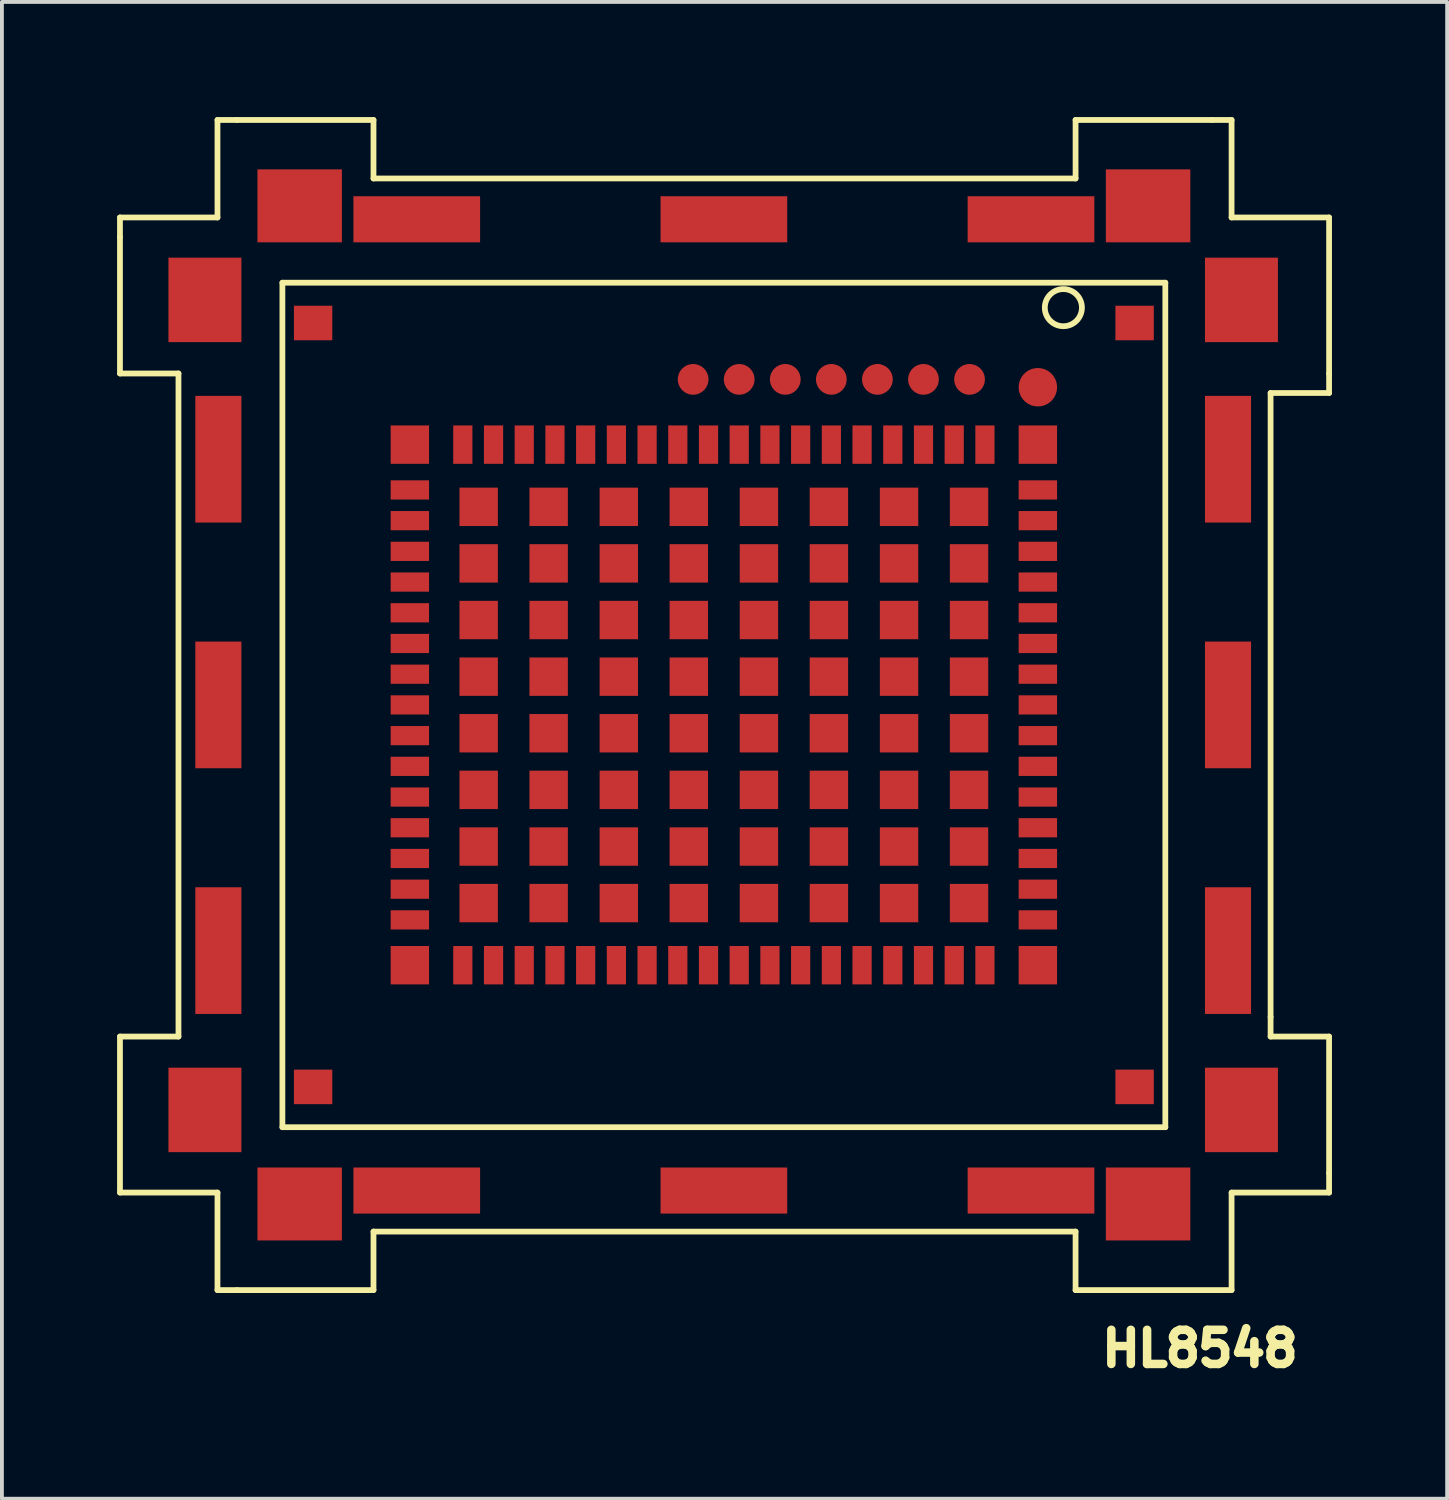
<source format=kicad_pcb>
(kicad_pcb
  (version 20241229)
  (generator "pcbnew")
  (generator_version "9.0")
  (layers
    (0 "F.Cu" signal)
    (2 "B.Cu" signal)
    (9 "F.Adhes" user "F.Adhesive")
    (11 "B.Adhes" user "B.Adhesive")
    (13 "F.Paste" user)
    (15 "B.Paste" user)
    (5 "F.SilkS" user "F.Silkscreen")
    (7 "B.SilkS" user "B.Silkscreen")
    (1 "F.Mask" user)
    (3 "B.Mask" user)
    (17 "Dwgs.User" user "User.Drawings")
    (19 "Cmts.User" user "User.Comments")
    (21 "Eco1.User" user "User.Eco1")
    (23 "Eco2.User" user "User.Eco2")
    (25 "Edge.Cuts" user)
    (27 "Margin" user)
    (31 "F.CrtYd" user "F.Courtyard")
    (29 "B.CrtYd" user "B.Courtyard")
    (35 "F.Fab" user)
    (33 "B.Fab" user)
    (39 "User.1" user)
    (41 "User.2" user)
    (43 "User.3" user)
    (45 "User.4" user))
  (footprint "HL8548"
    (layer "F.Cu")
    (at 15.823 15.315)
    (property "Reference" "HL8548" (at 12.383 16.764 0) (layer "F.SilkS") (effects (font (size 0.889 0.889) (thickness 0.305))))
    (attr through_hole)
    (fp_line (start -15.748 -12.7) (end -15.748 -12.192) (stroke (width 0.15) (type solid)) (layer "F.SilkS"))
    (fp_line (start -15.748 -8.636) (end -15.748 -12.192) (stroke (width 0.15) (type solid)) (layer "F.SilkS"))
    (fp_line (start -15.748 8.636) (end -14.224 8.636) (stroke (width 0.15) (type solid)) (layer "F.SilkS"))
    (fp_line (start -15.748 12.7) (end -15.748 8.636) (stroke (width 0.15) (type solid)) (layer "F.SilkS"))
    (fp_line (start -15.748 12.7) (end -13.208 12.7) (stroke (width 0.15) (type solid)) (layer "F.SilkS"))
    (fp_line (start -14.224 -8.636) (end -15.748 -8.636) (stroke (width 0.15) (type solid)) (layer "F.SilkS"))
    (fp_line (start -14.224 8.636) (end -14.224 -8.636) (stroke (width 0.15) (type solid)) (layer "F.SilkS"))
    (fp_line (start -13.208 -15.24) (end -13.208 -12.7) (stroke (width 0.15) (type solid)) (layer "F.SilkS"))
    (fp_line (start -13.208 -12.7) (end -15.748 -12.7) (stroke (width 0.15) (type solid)) (layer "F.SilkS"))
    (fp_line (start -13.208 12.7) (end -13.208 15.24) (stroke (width 0.15) (type solid)) (layer "F.SilkS"))
    (fp_line (start -13.208 15.24) (end -12.7 15.24) (stroke (width 0.15) (type solid)) (layer "F.SilkS"))
    (fp_line (start -12.7 -15.24) (end -13.208 -15.24) (stroke (width 0.15) (type solid)) (layer "F.SilkS"))
    (fp_line (start -12.7 -15.24) (end -9.144 -15.24) (stroke (width 0.15) (type solid)) (layer "F.SilkS"))
    (fp_line (start -11.517 -11.001) (end -11.517 10.997) (stroke (width 0.15) (type solid)) (layer "F.SilkS"))
    (fp_line (start -11.517 -11.001) (end 11.483 -11.001) (stroke (width 0.15) (type solid)) (layer "F.SilkS"))
    (fp_line (start -11.517 10.997) (end 11.483 10.997) (stroke (width 0.15) (type solid)) (layer "F.SilkS"))
    (fp_line (start -9.144 -15.24) (end -9.144 -13.716) (stroke (width 0.15) (type solid)) (layer "F.SilkS"))
    (fp_line (start -9.144 -13.716) (end 9.144 -13.716) (stroke (width 0.15) (type solid)) (layer "F.SilkS"))
    (fp_line (start -9.144 13.716) (end -9.144 15.24) (stroke (width 0.15) (type solid)) (layer "F.SilkS"))
    (fp_line (start -9.144 15.24) (end -12.7 15.24) (stroke (width 0.15) (type solid)) (layer "F.SilkS"))
    (fp_line (start 9.144 -15.24) (end 12.7 -15.24) (stroke (width 0.15) (type solid)) (layer "F.SilkS"))
    (fp_line (start 9.144 -13.716) (end 9.144 -15.24) (stroke (width 0.15) (type solid)) (layer "F.SilkS"))
    (fp_line (start 9.144 13.716) (end -9.144 13.716) (stroke (width 0.15) (type solid)) (layer "F.SilkS"))
    (fp_line (start 9.144 15.24) (end 9.144 13.716) (stroke (width 0.15) (type solid)) (layer "F.SilkS"))
    (fp_line (start 11.482 -11.001) (end 11.482 10.997) (stroke (width 0.15) (type solid)) (layer "F.SilkS"))
    (fp_line (start 12.7 -15.24) (end 13.208 -15.24) (stroke (width 0.15) (type solid)) (layer "F.SilkS"))
    (fp_line (start 13.208 -15.24) (end 13.208 -12.7) (stroke (width 0.15) (type solid)) (layer "F.SilkS"))
    (fp_line (start 13.208 -12.7) (end 15.748 -12.7) (stroke (width 0.15) (type solid)) (layer "F.SilkS"))
    (fp_line (start 13.208 12.7) (end 13.208 15.24) (stroke (width 0.15) (type solid)) (layer "F.SilkS"))
    (fp_line (start 13.208 15.24) (end 9.144 15.24) (stroke (width 0.15) (type solid)) (layer "F.SilkS"))
    (fp_line (start 14.224 -8.128) (end 14.224 8.128) (stroke (width 0.15) (type solid)) (layer "F.SilkS"))
    (fp_line (start 14.224 8.128) (end 14.224 8.636) (stroke (width 0.15) (type solid)) (layer "F.SilkS"))
    (fp_line (start 14.224 8.636) (end 15.748 8.636) (stroke (width 0.15) (type solid)) (layer "F.SilkS"))
    (fp_line (start 15.748 -12.7) (end 15.748 -8.636) (stroke (width 0.15) (type solid)) (layer "F.SilkS"))
    (fp_line (start 15.748 -8.636) (end 15.748 -8.128) (stroke (width 0.15) (type solid)) (layer "F.SilkS"))
    (fp_line (start 15.748 -8.128) (end 14.224 -8.128) (stroke (width 0.15) (type solid)) (layer "F.SilkS"))
    (fp_line (start 15.748 8.636) (end 15.748 12.192) (stroke (width 0.15) (type solid)) (layer "F.SilkS"))
    (fp_line (start 15.748 12.192) (end 15.748 12.7) (stroke (width 0.15) (type solid)) (layer "F.SilkS"))
    (fp_line (start 15.748 12.7) (end 13.208 12.7) (stroke (width 0.15) (type solid)) (layer "F.SilkS"))
    (fp_circle (center 8.826 -10.351) (end 8.382 -10.16) (stroke (width 0.15) (type solid)) (fill no) (layer "F.SilkS"))
    (pad "0" smd rect (at -13.535 -10.553) (size 1.9 2.2) (layers "F.Cu" "F.Mask" "F.Paste"))
    (pad "0" smd rect (at -13.535 10.547) (size 1.9 2.2) (layers "F.Cu" "F.Mask" "F.Paste"))
    (pad "0" smd rect (at -13.185 -6.403) (size 1.2 3.3) (layers "F.Cu" "F.Mask" "F.Paste"))
    (pad "0" smd rect (at -13.185 -0.003) (size 1.2 3.3) (layers "F.Cu" "F.Mask" "F.Paste"))
    (pad "0" smd rect (at -13.185 6.397) (size 1.2 3.3) (layers "F.Cu" "F.Mask" "F.Paste"))
    (pad "0" smd rect (at -11.067 -13.003) (size 2.2 1.9) (layers "F.Cu" "F.Mask" "F.Paste"))
    (pad "0" smd rect (at -11.067 12.997) (size 2.2 1.9) (layers "F.Cu" "F.Mask" "F.Paste"))
    (pad "0" smd rect (at -8.017 -12.653) (size 3.3 1.2) (layers "F.Cu" "F.Mask" "F.Paste"))
    (pad "0" smd rect (at -8.017 12.647) (size 3.3 1.2) (layers "F.Cu" "F.Mask" "F.Paste"))
    (pad "0" smd rect (at -0.017 -12.653) (size 3.3 1.2) (layers "F.Cu" "F.Mask" "F.Paste"))
    (pad "0" smd rect (at -0.017 12.647) (size 3.3 1.2) (layers "F.Cu" "F.Mask" "F.Paste"))
    (pad "0" smd rect (at 7.983 -12.653) (size 3.3 1.2) (layers "F.Cu" "F.Mask" "F.Paste"))
    (pad "0" smd rect (at 7.983 12.647) (size 3.3 1.2) (layers "F.Cu" "F.Mask" "F.Paste"))
    (pad "0" smd rect (at 11.033 -13.003) (size 2.2 1.9) (layers "F.Cu" "F.Mask" "F.Paste"))
    (pad "0" smd rect (at 11.033 12.997) (size 2.2 1.9) (layers "F.Cu" "F.Mask" "F.Paste"))
    (pad "0" smd rect (at 13.115 -6.403) (size 1.2 3.3) (layers "F.Cu" "F.Mask" "F.Paste"))
    (pad "0" smd rect (at 13.115 -0.003) (size 1.2 3.3) (layers "F.Cu" "F.Mask" "F.Paste"))
    (pad "0" smd rect (at 13.115 6.397) (size 1.2 3.3) (layers "F.Cu" "F.Mask" "F.Paste"))
    (pad "0" smd rect (at 13.465 -10.553) (size 1.9 2.2) (layers "F.Cu" "F.Mask" "F.Paste"))
    (pad "0" smd rect (at 13.465 10.547) (size 1.9 2.2) (layers "F.Cu" "F.Mask" "F.Paste"))
    (pad "1" smd rect (at 6.783 -6.783 90) (size 1 0.5) (layers "F.Cu" "F.Mask" "F.Paste"))
    (pad "2" smd rect (at 5.983 -6.783 90) (size 1 0.5) (layers "F.Cu" "F.Mask" "F.Paste"))
    (pad "3" smd rect (at 5.183 -6.783 90) (size 1 0.5) (layers "F.Cu" "F.Mask" "F.Paste"))
    (pad "4" smd rect (at 4.383 -6.783 90) (size 1 0.5) (layers "F.Cu" "F.Mask" "F.Paste"))
    (pad "5" smd rect (at 3.583 -6.783 90) (size 1 0.5) (layers "F.Cu" "F.Mask" "F.Paste"))
    (pad "6" smd rect (at 2.783 -6.783 90) (size 1 0.5) (layers "F.Cu" "F.Mask" "F.Paste"))
    (pad "7" smd rect (at 1.983 -6.783 90) (size 1 0.5) (layers "F.Cu" "F.Mask" "F.Paste"))
    (pad "8" smd rect (at 1.183 -6.783 90) (size 1 0.5) (layers "F.Cu" "F.Mask" "F.Paste"))
    (pad "9" smd rect (at 0.383 -6.783 90) (size 1 0.5) (layers "F.Cu" "F.Mask" "F.Paste"))
    (pad "10" smd rect (at -0.417 -6.783 90) (size 1 0.5) (layers "F.Cu" "F.Mask" "F.Paste"))
    (pad "11" smd rect (at -1.217 -6.783 90) (size 1 0.5) (layers "F.Cu" "F.Mask" "F.Paste"))
    (pad "12" smd rect (at -2.017 -6.783 90) (size 1 0.5) (layers "F.Cu" "F.Mask" "F.Paste"))
    (pad "13" smd rect (at -2.817 -6.783 90) (size 1 0.5) (layers "F.Cu" "F.Mask" "F.Paste"))
    (pad "14" smd rect (at -3.617 -6.783 90) (size 1 0.5) (layers "F.Cu" "F.Mask" "F.Paste"))
    (pad "15" smd rect (at -4.417 -6.783 90) (size 1 0.5) (layers "F.Cu" "F.Mask" "F.Paste"))
    (pad "16" smd rect (at -5.217 -6.783 90) (size 1 0.5) (layers "F.Cu" "F.Mask" "F.Paste"))
    (pad "17" smd rect (at -6.017 -6.783 90) (size 1 0.5) (layers "F.Cu" "F.Mask" "F.Paste"))
    (pad "18" smd rect (at -6.817 -6.783 90) (size 1 0.5) (layers "F.Cu" "F.Mask" "F.Paste"))
    (pad "19" smd rect (at -8.197 -5.603) (size 1 0.5) (layers "F.Cu" "F.Mask" "F.Paste"))
    (pad "20" smd rect (at -8.197 -4.803) (size 1 0.5) (layers "F.Cu" "F.Mask" "F.Paste"))
    (pad "21" smd rect (at -8.197 -4.003) (size 1 0.5) (layers "F.Cu" "F.Mask" "F.Paste"))
    (pad "22" smd rect (at -8.197 -3.203) (size 1 0.5) (layers "F.Cu" "F.Mask" "F.Paste"))
    (pad "23" smd rect (at -8.197 -2.403) (size 1 0.5) (layers "F.Cu" "F.Mask" "F.Paste"))
    (pad "24" smd rect (at -8.197 -1.603) (size 1 0.5) (layers "F.Cu" "F.Mask" "F.Paste"))
    (pad "25" smd rect (at -8.197 -0.803) (size 1 0.5) (layers "F.Cu" "F.Mask" "F.Paste"))
    (pad "26" smd rect (at -8.197 -0.003) (size 1 0.5) (layers "F.Cu" "F.Mask" "F.Paste"))
    (pad "27" smd rect (at -8.197 0.797) (size 1 0.5) (layers "F.Cu" "F.Mask" "F.Paste"))
    (pad "28" smd rect (at -8.197 1.597) (size 1 0.5) (layers "F.Cu" "F.Mask" "F.Paste"))
    (pad "29" smd rect (at -8.197 2.397) (size 1 0.5) (layers "F.Cu" "F.Mask" "F.Paste"))
    (pad "30" smd rect (at -8.197 3.197) (size 1 0.5) (layers "F.Cu" "F.Mask" "F.Paste"))
    (pad "31" smd rect (at -8.197 3.997) (size 1 0.5) (layers "F.Cu" "F.Mask" "F.Paste"))
    (pad "32" smd rect (at -8.197 4.797) (size 1 0.5) (layers "F.Cu" "F.Mask" "F.Paste"))
    (pad "33" smd rect (at -8.197 5.597) (size 1 0.5) (layers "F.Cu" "F.Mask" "F.Paste"))
    (pad "34" smd rect (at -6.817 6.777 90) (size 1 0.5) (layers "F.Cu" "F.Mask" "F.Paste"))
    (pad "35" smd rect (at -6.017 6.777 90) (size 1 0.5) (layers "F.Cu" "F.Mask" "F.Paste"))
    (pad "36" smd rect (at -5.217 6.777 90) (size 1 0.5) (layers "F.Cu" "F.Mask" "F.Paste"))
    (pad "37" smd rect (at -4.417 6.777 90) (size 1 0.5) (layers "F.Cu" "F.Mask" "F.Paste"))
    (pad "38" smd rect (at -3.617 6.777 90) (size 1 0.5) (layers "F.Cu" "F.Mask" "F.Paste"))
    (pad "39" smd rect (at -2.817 6.777 90) (size 1 0.5) (layers "F.Cu" "F.Mask" "F.Paste"))
    (pad "40" smd rect (at -2.017 6.777 90) (size 1 0.5) (layers "F.Cu" "F.Mask" "F.Paste"))
    (pad "41" smd rect (at -1.217 6.777 90) (size 1 0.5) (layers "F.Cu" "F.Mask" "F.Paste"))
    (pad "42" smd rect (at -0.417 6.777 90) (size 1 0.5) (layers "F.Cu" "F.Mask" "F.Paste"))
    (pad "43" smd rect (at 0.383 6.777 90) (size 1 0.5) (layers "F.Cu" "F.Mask" "F.Paste"))
    (pad "44" smd rect (at 1.183 6.777 90) (size 1 0.5) (layers "F.Cu" "F.Mask" "F.Paste"))
    (pad "45" smd rect (at 1.983 6.777 90) (size 1 0.5) (layers "F.Cu" "F.Mask" "F.Paste"))
    (pad "46" smd rect (at 2.783 6.777 90) (size 1 0.5) (layers "F.Cu" "F.Mask" "F.Paste"))
    (pad "47" smd rect (at 3.583 6.777 90) (size 1 0.5) (layers "F.Cu" "F.Mask" "F.Paste"))
    (pad "48" smd rect (at 4.383 6.777 90) (size 1 0.5) (layers "F.Cu" "F.Mask" "F.Paste"))
    (pad "49" smd rect (at 5.183 6.777 90) (size 1 0.5) (layers "F.Cu" "F.Mask" "F.Paste"))
    (pad "50" smd rect (at 5.983 6.777 90) (size 1 0.5) (layers "F.Cu" "F.Mask" "F.Paste"))
    (pad "51" smd rect (at 6.783 6.777 90) (size 1 0.5) (layers "F.Cu" "F.Mask" "F.Paste"))
    (pad "52" smd rect (at 8.162 5.597) (size 1 0.5) (layers "F.Cu" "F.Mask" "F.Paste"))
    (pad "53" smd rect (at 8.162 4.797) (size 1 0.5) (layers "F.Cu" "F.Mask" "F.Paste"))
    (pad "54" smd rect (at 8.162 3.997) (size 1 0.5) (layers "F.Cu" "F.Mask" "F.Paste"))
    (pad "55" smd rect (at 8.162 3.197) (size 1 0.5) (layers "F.Cu" "F.Mask" "F.Paste"))
    (pad "56" smd rect (at 8.162 2.397) (size 1 0.5) (layers "F.Cu" "F.Mask" "F.Paste"))
    (pad "57" smd rect (at 8.162 1.597) (size 1 0.5) (layers "F.Cu" "F.Mask" "F.Paste"))
    (pad "58" smd rect (at 8.162 0.797) (size 1 0.5) (layers "F.Cu" "F.Mask" "F.Paste"))
    (pad "59" smd rect (at 8.162 -0.003) (size 1 0.5) (layers "F.Cu" "F.Mask" "F.Paste"))
    (pad "60" smd rect (at 8.162 -0.803) (size 1 0.5) (layers "F.Cu" "F.Mask" "F.Paste"))
    (pad "61" smd rect (at 8.162 -1.603) (size 1 0.5) (layers "F.Cu" "F.Mask" "F.Paste"))
    (pad "62" smd rect (at 8.162 -2.403) (size 1 0.5) (layers "F.Cu" "F.Mask" "F.Paste"))
    (pad "63" smd rect (at 8.162 -3.203) (size 1 0.5) (layers "F.Cu" "F.Mask" "F.Paste"))
    (pad "64" smd rect (at 8.162 -4.003) (size 1 0.5) (layers "F.Cu" "F.Mask" "F.Paste"))
    (pad "65" smd rect (at 8.162 -4.803) (size 1 0.5) (layers "F.Cu" "F.Mask" "F.Paste"))
    (pad "66" smd rect (at 8.162 -5.603) (size 1 0.5) (layers "F.Cu" "F.Mask" "F.Paste"))
    (pad "67" smd rect (at 8.162 -6.783) (size 1 1) (layers "F.Cu" "F.Mask" "F.Paste"))
    (pad "68" smd rect (at -8.197 -6.783) (size 1 1) (layers "F.Cu" "F.Mask" "F.Paste"))
    (pad "69" smd rect (at -8.197 6.777) (size 1 1) (layers "F.Cu" "F.Mask" "F.Paste"))
    (pad "70" smd rect (at 8.162 6.777) (size 1 1) (layers "F.Cu" "F.Mask" "F.Paste"))
    (pad "167" smd rect (at 10.682 -9.951 90) (size 0.9 1) (layers "F.Cu" "F.Mask" "F.Paste"))
    (pad "168" smd rect (at -10.717 -9.951 90) (size 0.9 1) (layers "F.Cu" "F.Mask" "F.Paste"))
    (pad "169" smd rect (at -10.717 9.947 90) (size 0.9 1) (layers "F.Cu" "F.Mask" "F.Paste"))
    (pad "170" smd rect (at 10.682 9.947 90) (size 0.9 1) (layers "F.Cu" "F.Mask" "F.Paste"))
    (pad "171" smd rect (at 6.369 -5.163) (size 1 1) (layers "F.Cu" "F.Mask" "F.Paste"))
    (pad "172" smd rect (at 6.369 -3.69) (size 1 1) (layers "F.Cu" "F.Mask" "F.Paste"))
    (pad "173" smd rect (at 6.369 -2.214) (size 1 1) (layers "F.Cu" "F.Mask" "F.Paste"))
    (pad "174" smd rect (at 6.369 -0.739) (size 1 1) (layers "F.Cu" "F.Mask" "F.Paste"))
    (pad "175" smd rect (at 6.369 0.735) (size 1 1) (layers "F.Cu" "F.Mask" "F.Paste"))
    (pad "176" smd rect (at 6.369 2.21) (size 1 1) (layers "F.Cu" "F.Mask" "F.Paste"))
    (pad "177" smd rect (at 6.369 3.686) (size 1 1) (layers "F.Cu" "F.Mask" "F.Paste"))
    (pad "178" smd rect (at 6.369 5.159) (size 1 1) (layers "F.Cu" "F.Mask" "F.Paste"))
    (pad "179" smd rect (at 4.546 5.159) (size 1 1) (layers "F.Cu" "F.Mask" "F.Paste"))
    (pad "180" smd rect (at 2.719 5.159) (size 1 1) (layers "F.Cu" "F.Mask" "F.Paste"))
    (pad "181" smd rect (at 0.896 5.159) (size 1 1) (layers "F.Cu" "F.Mask" "F.Paste"))
    (pad "182" smd rect (at -0.931 5.159) (size 1 1) (layers "F.Cu" "F.Mask" "F.Paste"))
    (pad "183" smd rect (at -2.754 5.159) (size 1 1) (layers "F.Cu" "F.Mask" "F.Paste"))
    (pad "184" smd rect (at -4.581 5.159) (size 1 1) (layers "F.Cu" "F.Mask" "F.Paste"))
    (pad "185" smd rect (at -6.404 5.159) (size 1 1) (layers "F.Cu" "F.Mask" "F.Paste"))
    (pad "186" smd rect (at -6.404 3.686) (size 1 1) (layers "F.Cu" "F.Mask" "F.Paste"))
    (pad "187" smd rect (at -6.404 2.21) (size 1 1) (layers "F.Cu" "F.Mask" "F.Paste"))
    (pad "188" smd rect (at -6.404 0.735) (size 1 1) (layers "F.Cu" "F.Mask" "F.Paste"))
    (pad "189" smd rect (at -6.404 -0.739) (size 1 1) (layers "F.Cu" "F.Mask" "F.Paste"))
    (pad "190" smd rect (at -6.404 -2.214) (size 1 1) (layers "F.Cu" "F.Mask" "F.Paste"))
    (pad "191" smd rect (at -6.404 -3.69) (size 1 1) (layers "F.Cu" "F.Mask" "F.Paste"))
    (pad "192" smd rect (at -6.404 -5.163) (size 1 1) (layers "F.Cu" "F.Mask" "F.Paste"))
    (pad "193" smd rect (at -4.581 -5.163) (size 1 1) (layers "F.Cu" "F.Mask" "F.Paste"))
    (pad "194" smd rect (at -2.754 -5.163) (size 1 1) (layers "F.Cu" "F.Mask" "F.Paste"))
    (pad "195" smd rect (at -0.931 -5.163) (size 1 1) (layers "F.Cu" "F.Mask" "F.Paste"))
    (pad "196" smd rect (at 0.896 -5.163) (size 1 1) (layers "F.Cu" "F.Mask" "F.Paste"))
    (pad "197" smd rect (at 2.719 -5.163) (size 1 1) (layers "F.Cu" "F.Mask" "F.Paste"))
    (pad "198" smd rect (at 4.546 -5.163) (size 1 1) (layers "F.Cu" "F.Mask" "F.Paste"))
    (pad "199" smd rect (at 4.546 -3.69) (size 1 1) (layers "F.Cu" "F.Mask" "F.Paste"))
    (pad "200" smd rect (at 4.546 -2.214) (size 1 1) (layers "F.Cu" "F.Mask" "F.Paste"))
    (pad "201" smd rect (at 4.546 -0.739) (size 1 1) (layers "F.Cu" "F.Mask" "F.Paste"))
    (pad "202" smd rect (at 4.546 0.735) (size 1 1) (layers "F.Cu" "F.Mask" "F.Paste"))
    (pad "203" smd rect (at 4.546 2.21) (size 1 1) (layers "F.Cu" "F.Mask" "F.Paste"))
    (pad "204" smd rect (at 4.546 3.686) (size 1 1) (layers "F.Cu" "F.Mask" "F.Paste"))
    (pad "205" smd rect (at 2.719 3.686) (size 1 1) (layers "F.Cu" "F.Mask" "F.Paste"))
    (pad "206" smd rect (at 0.896 3.686) (size 1 1) (layers "F.Cu" "F.Mask" "F.Paste"))
    (pad "207" smd rect (at -0.931 3.686) (size 1 1) (layers "F.Cu" "F.Mask" "F.Paste"))
    (pad "208" smd rect (at -2.754 3.686) (size 1 1) (layers "F.Cu" "F.Mask" "F.Paste"))
    (pad "209" smd rect (at -4.581 3.686) (size 1 1) (layers "F.Cu" "F.Mask" "F.Paste"))
    (pad "210" smd rect (at -4.581 2.21) (size 1 1) (layers "F.Cu" "F.Mask" "F.Paste"))
    (pad "211" smd rect (at -4.581 0.735) (size 1 1) (layers "F.Cu" "F.Mask" "F.Paste"))
    (pad "212" smd rect (at -4.581 -0.739) (size 1 1) (layers "F.Cu" "F.Mask" "F.Paste"))
    (pad "213" smd rect (at -4.581 -2.214) (size 1 1) (layers "F.Cu" "F.Mask" "F.Paste"))
    (pad "214" smd rect (at -4.581 -3.69) (size 1 1) (layers "F.Cu" "F.Mask" "F.Paste"))
    (pad "215" smd rect (at -2.754 -3.69) (size 1 1) (layers "F.Cu" "F.Mask" "F.Paste"))
    (pad "216" smd rect (at -0.931 -3.69) (size 1 1) (layers "F.Cu" "F.Mask" "F.Paste"))
    (pad "217" smd rect (at 0.896 -3.69) (size 1 1) (layers "F.Cu" "F.Mask" "F.Paste"))
    (pad "218" smd rect (at 2.719 -3.69) (size 1 1) (layers "F.Cu" "F.Mask" "F.Paste"))
    (pad "219" smd rect (at 2.719 -2.214) (size 1 1) (layers "F.Cu" "F.Mask" "F.Paste"))
    (pad "220" smd rect (at 2.719 -0.739) (size 1 1) (layers "F.Cu" "F.Mask" "F.Paste"))
    (pad "221" smd rect (at 2.719 0.735) (size 1 1) (layers "F.Cu" "F.Mask" "F.Paste"))
    (pad "222" smd rect (at 2.719 2.21) (size 1 1) (layers "F.Cu" "F.Mask" "F.Paste"))
    (pad "223" smd rect (at 0.896 2.21) (size 1 1) (layers "F.Cu" "F.Mask" "F.Paste"))
    (pad "224" smd rect (at -0.931 2.21) (size 1 1) (layers "F.Cu" "F.Mask" "F.Paste"))
    (pad "225" smd rect (at -2.754 2.21) (size 1 1) (layers "F.Cu" "F.Mask" "F.Paste"))
    (pad "226" smd rect (at -2.754 0.735) (size 1 1) (layers "F.Cu" "F.Mask" "F.Paste"))
    (pad "227" smd rect (at -2.754 -0.739) (size 1 1) (layers "F.Cu" "F.Mask" "F.Paste"))
    (pad "228" smd rect (at -2.754 -2.214) (size 1 1) (layers "F.Cu" "F.Mask" "F.Paste"))
    (pad "229" smd rect (at -0.931 -2.214) (size 1 1) (layers "F.Cu" "F.Mask" "F.Paste"))
    (pad "230" smd rect (at 0.896 -2.214) (size 1 1) (layers "F.Cu" "F.Mask" "F.Paste"))
    (pad "231" smd rect (at 0.896 -0.739) (size 1 1) (layers "F.Cu" "F.Mask" "F.Paste"))
    (pad "232" smd rect (at 0.896 0.735) (size 1 1) (layers "F.Cu" "F.Mask" "F.Paste"))
    (pad "233" smd rect (at -0.931 0.735) (size 1 1) (layers "F.Cu" "F.Mask" "F.Paste"))
    (pad "234" smd rect (at -0.931 -0.739) (size 1 1) (layers "F.Cu" "F.Mask" "F.Paste"))
    (pad "235" smd circle (at 8.162 -8.278 90) (size 1 1) (layers "F.Cu" "F.Mask" "F.Paste"))
    (pad "236" smd circle (at 6.382 -8.483 90) (size 0.8 0.8) (layers "F.Cu" "F.Mask" "F.Paste"))
    (pad "237" smd circle (at 5.182 -8.483 90) (size 0.8 0.8) (layers "F.Cu" "F.Mask" "F.Paste"))
    (pad "238" smd circle (at 3.982 -8.483 90) (size 0.8 0.8) (layers "F.Cu" "F.Mask" "F.Paste"))
    (pad "239" smd circle (at 2.782 -8.483 90) (size 0.8 0.8) (layers "F.Cu" "F.Mask" "F.Paste"))
    (pad "240" smd circle (at 1.582 -8.483 90) (size 0.8 0.8) (layers "F.Cu" "F.Mask" "F.Paste"))
    (pad "241" smd circle (at 0.382 -8.483 90) (size 0.8 0.8) (layers "F.Cu" "F.Mask" "F.Paste"))
    (pad "242" smd circle (at -0.818 -8.483 90) (size 0.8 0.8) (layers "F.Cu" "F.Mask" "F.Paste")))
  (gr_rect
    (start -3 -3)
    (end 34.646 35.989)
    (stroke (width 0.1) (type default))
    (fill no)
    (layer "Edge.Cuts")))
</source>
